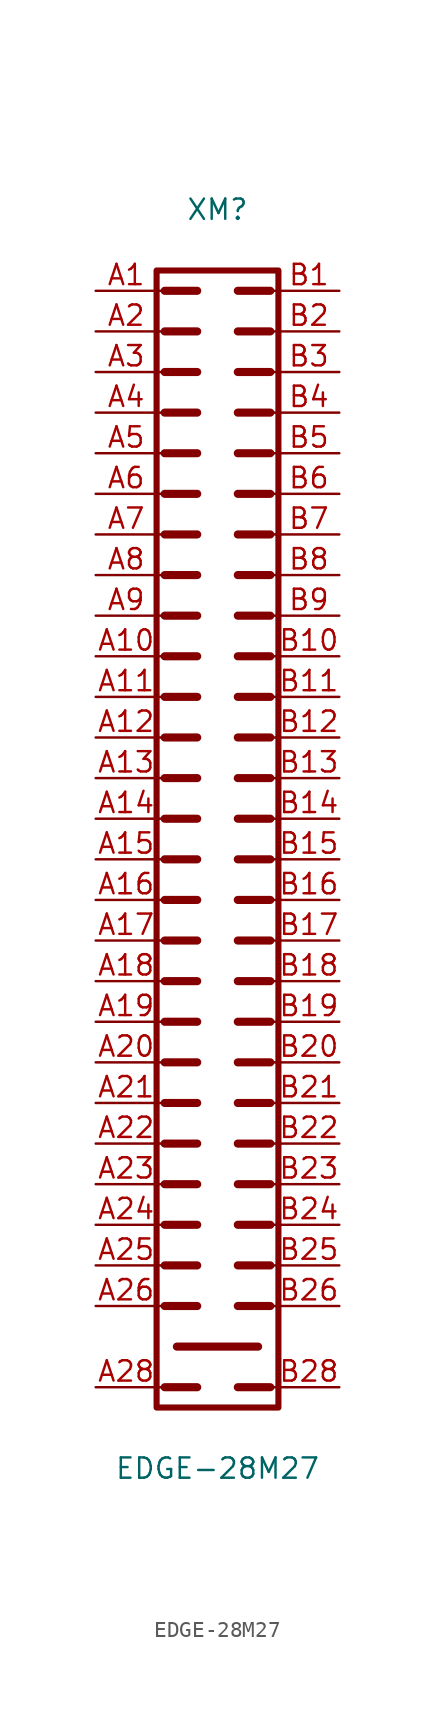
<source format=kicad_sym>
(kicad_symbol_lib
  (version 20231120)
  (generator "kicad_symbol_editor")
  (generator_version "8.0")
  (symbol "EDGE-28M27"
    (pin_names
      (offset 1.016))
    (property "Reference" "XM"
      (at 0 39.37 0)
      (effects (font (size 1.27 1.27))))
    (property "Value" "EDGE-28M27"
      (at 0 -39.37 0)
      (effects (font (size 1.27 1.27))))
    (symbol "EDGE-28M27_0_0"
      (polyline (pts (xy -2.54 -31.75) (xy 2.54 -31.75)) (stroke (width 0.508) (type default)) (fill (type none))))
    (symbol "EDGE-28M27_0_1"
      (rectangle (start -3.81 35.56) (end 3.81 -35.56) (stroke (width 0.381) (type default)) (fill (type none)))
      (polyline (pts (xy -3.81 -34.29) (xy -3.302 -34.29)) (stroke (width 0) (type default)) (fill (type none)))
      (polyline (pts (xy -3.81 -29.21) (xy -3.302 -29.21)) (stroke (width 0) (type default)) (fill (type none)))
      (polyline (pts (xy -3.81 -26.67) (xy -3.302 -26.67)) (stroke (width 0) (type default)) (fill (type none)))
      (polyline (pts (xy -3.81 -24.13) (xy -3.302 -24.13)) (stroke (width 0) (type default)) (fill (type none)))
      (polyline (pts (xy -3.81 -21.59) (xy -3.302 -21.59)) (stroke (width 0) (type default)) (fill (type none)))
      (polyline (pts (xy -3.81 -19.05) (xy -3.302 -19.05)) (stroke (width 0) (type default)) (fill (type none)))
      (polyline (pts (xy -3.81 -16.51) (xy -3.302 -16.51)) (stroke (width 0) (type default)) (fill (type none)))
      (polyline (pts (xy -3.81 -13.97) (xy -3.302 -13.97)) (stroke (width 0) (type default)) (fill (type none)))
      (polyline (pts (xy -3.81 -11.43) (xy -3.302 -11.43)) (stroke (width 0) (type default)) (fill (type none)))
      (polyline (pts (xy -3.81 -8.89) (xy -3.302 -8.89)) (stroke (width 0) (type default)) (fill (type none)))
      (polyline (pts (xy -3.81 -6.35) (xy -3.302 -6.35)) (stroke (width 0) (type default)) (fill (type none)))
      (polyline (pts (xy -3.81 -3.81) (xy -3.302 -3.81)) (stroke (width 0) (type default)) (fill (type none)))
      (polyline (pts (xy -3.81 -1.27) (xy -3.302 -1.27)) (stroke (width 0) (type default)) (fill (type none)))
      (polyline (pts (xy -3.81 1.27) (xy -3.302 1.27)) (stroke (width 0) (type default)) (fill (type none)))
      (polyline (pts (xy -3.81 3.81) (xy -3.302 3.81)) (stroke (width 0) (type default)) (fill (type none)))
      (polyline (pts (xy -3.81 6.35) (xy -3.302 6.35)) (stroke (width 0) (type default)) (fill (type none)))
      (polyline (pts (xy -3.81 8.89) (xy -3.302 8.89)) (stroke (width 0) (type default)) (fill (type none)))
      (polyline (pts (xy -3.81 11.43) (xy -3.302 11.43)) (stroke (width 0) (type default)) (fill (type none)))
      (polyline (pts (xy -3.81 13.97) (xy -3.302 13.97)) (stroke (width 0) (type default)) (fill (type none)))
      (polyline (pts (xy -3.81 16.51) (xy -3.302 16.51)) (stroke (width 0) (type default)) (fill (type none)))
      (polyline (pts (xy -3.81 19.05) (xy -3.302 19.05)) (stroke (width 0) (type default)) (fill (type none)))
      (polyline (pts (xy -3.81 21.59) (xy -3.302 21.59)) (stroke (width 0) (type default)) (fill (type none)))
      (polyline (pts (xy -3.81 24.13) (xy -3.302 24.13)) (stroke (width 0) (type default)) (fill (type none)))
      (polyline (pts (xy -3.81 26.67) (xy -3.302 26.67)) (stroke (width 0) (type default)) (fill (type none)))
      (polyline (pts (xy -3.81 29.21) (xy -3.302 29.21)) (stroke (width 0) (type default)) (fill (type none)))
      (polyline (pts (xy -3.81 31.75) (xy -3.302 31.75)) (stroke (width 0) (type default)) (fill (type none)))
      (polyline (pts (xy -3.81 34.29) (xy -3.302 34.29)) (stroke (width 0) (type default)) (fill (type none)))
      (polyline (pts (xy -3.302 -34.29) (xy -1.27 -34.29)) (stroke (width 0.508) (type default)) (fill (type none)))
      (polyline (pts (xy -3.302 -29.21) (xy -1.27 -29.21)) (stroke (width 0.508) (type default)) (fill (type none)))
      (polyline (pts (xy -3.302 -26.67) (xy -1.27 -26.67)) (stroke (width 0.508) (type default)) (fill (type none)))
      (polyline (pts (xy -3.302 -24.13) (xy -1.27 -24.13)) (stroke (width 0.508) (type default)) (fill (type none)))
      (polyline (pts (xy -3.302 -21.59) (xy -1.27 -21.59)) (stroke (width 0.508) (type default)) (fill (type none)))
      (polyline (pts (xy -3.302 -19.05) (xy -1.27 -19.05)) (stroke (width 0.508) (type default)) (fill (type none)))
      (polyline (pts (xy -3.302 -16.51) (xy -1.27 -16.51)) (stroke (width 0.508) (type default)) (fill (type none)))
      (polyline (pts (xy -3.302 -13.97) (xy -1.27 -13.97)) (stroke (width 0.508) (type default)) (fill (type none)))
      (polyline (pts (xy -3.302 -11.43) (xy -1.27 -11.43)) (stroke (width 0.508) (type default)) (fill (type none)))
      (polyline (pts (xy -3.302 -8.89) (xy -1.27 -8.89)) (stroke (width 0.508) (type default)) (fill (type none)))
      (polyline (pts (xy -3.302 -6.35) (xy -1.27 -6.35)) (stroke (width 0.508) (type default)) (fill (type none)))
      (polyline (pts (xy -3.302 -3.81) (xy -1.27 -3.81)) (stroke (width 0.508) (type default)) (fill (type none)))
      (polyline (pts (xy -3.302 -1.27) (xy -1.27 -1.27)) (stroke (width 0.508) (type default)) (fill (type none)))
      (polyline (pts (xy -3.302 1.27) (xy -1.27 1.27)) (stroke (width 0.508) (type default)) (fill (type none)))
      (polyline (pts (xy -3.302 3.81) (xy -1.27 3.81)) (stroke (width 0.508) (type default)) (fill (type none)))
      (polyline (pts (xy -3.302 6.35) (xy -1.27 6.35)) (stroke (width 0.508) (type default)) (fill (type none)))
      (polyline (pts (xy -3.302 8.89) (xy -1.27 8.89)) (stroke (width 0.508) (type default)) (fill (type none)))
      (polyline (pts (xy -3.302 11.43) (xy -1.27 11.43)) (stroke (width 0.508) (type default)) (fill (type none)))
      (polyline (pts (xy -3.302 13.97) (xy -1.27 13.97)) (stroke (width 0.508) (type default)) (fill (type none)))
      (polyline (pts (xy -3.302 16.51) (xy -1.27 16.51)) (stroke (width 0.508) (type default)) (fill (type none)))
      (polyline (pts (xy -3.302 19.05) (xy -1.27 19.05)) (stroke (width 0.508) (type default)) (fill (type none)))
      (polyline (pts (xy -3.302 21.59) (xy -1.27 21.59)) (stroke (width 0.508) (type default)) (fill (type none)))
      (polyline (pts (xy -3.302 24.13) (xy -1.27 24.13)) (stroke (width 0.508) (type default)) (fill (type none)))
      (polyline (pts (xy -3.302 26.67) (xy -1.27 26.67)) (stroke (width 0.508) (type default)) (fill (type none)))
      (polyline (pts (xy -3.302 29.21) (xy -1.27 29.21)) (stroke (width 0.508) (type default)) (fill (type none)))
      (polyline (pts (xy -3.302 31.75) (xy -1.27 31.75)) (stroke (width 0.508) (type default)) (fill (type none)))
      (polyline (pts (xy -3.302 34.29) (xy -1.27 34.29)) (stroke (width 0.508) (type default)) (fill (type none)))
      (polyline (pts (xy 3.302 -34.29) (xy 1.27 -34.29)) (stroke (width 0.508) (type default)) (fill (type none)))
      (polyline (pts (xy 3.302 -29.21) (xy 1.27 -29.21)) (stroke (width 0.508) (type default)) (fill (type none)))
      (polyline (pts (xy 3.302 -26.67) (xy 1.27 -26.67)) (stroke (width 0.508) (type default)) (fill (type none)))
      (polyline (pts (xy 3.302 -24.13) (xy 1.27 -24.13)) (stroke (width 0.508) (type default)) (fill (type none)))
      (polyline (pts (xy 3.302 -21.59) (xy 1.27 -21.59)) (stroke (width 0.508) (type default)) (fill (type none)))
      (polyline (pts (xy 3.302 -19.05) (xy 1.27 -19.05)) (stroke (width 0.508) (type default)) (fill (type none)))
      (polyline (pts (xy 3.302 -16.51) (xy 1.27 -16.51)) (stroke (width 0.508) (type default)) (fill (type none)))
      (polyline (pts (xy 3.302 -13.97) (xy 1.27 -13.97)) (stroke (width 0.508) (type default)) (fill (type none)))
      (polyline (pts (xy 3.302 -11.43) (xy 1.27 -11.43)) (stroke (width 0.508) (type default)) (fill (type none)))
      (polyline (pts (xy 3.302 -8.89) (xy 1.27 -8.89)) (stroke (width 0.508) (type default)) (fill (type none)))
      (polyline (pts (xy 3.302 -6.35) (xy 1.27 -6.35)) (stroke (width 0.508) (type default)) (fill (type none)))
      (polyline (pts (xy 3.302 -3.81) (xy 1.27 -3.81)) (stroke (width 0.508) (type default)) (fill (type none)))
      (polyline (pts (xy 3.302 -1.27) (xy 1.27 -1.27)) (stroke (width 0.508) (type default)) (fill (type none)))
      (polyline (pts (xy 3.302 1.27) (xy 1.27 1.27)) (stroke (width 0.508) (type default)) (fill (type none)))
      (polyline (pts (xy 3.302 3.81) (xy 1.27 3.81)) (stroke (width 0.508) (type default)) (fill (type none)))
      (polyline (pts (xy 3.302 6.35) (xy 1.27 6.35)) (stroke (width 0.508) (type default)) (fill (type none)))
      (polyline (pts (xy 3.302 8.89) (xy 1.27 8.89)) (stroke (width 0.508) (type default)) (fill (type none)))
      (polyline (pts (xy 3.302 11.43) (xy 1.27 11.43)) (stroke (width 0.508) (type default)) (fill (type none)))
      (polyline (pts (xy 3.302 13.97) (xy 1.27 13.97)) (stroke (width 0.508) (type default)) (fill (type none)))
      (polyline (pts (xy 3.302 16.51) (xy 1.27 16.51)) (stroke (width 0.508) (type default)) (fill (type none)))
      (polyline (pts (xy 3.302 19.05) (xy 1.27 19.05)) (stroke (width 0.508) (type default)) (fill (type none)))
      (polyline (pts (xy 3.302 21.59) (xy 1.27 21.59)) (stroke (width 0.508) (type default)) (fill (type none)))
      (polyline (pts (xy 3.302 24.13) (xy 1.27 24.13)) (stroke (width 0.508) (type default)) (fill (type none)))
      (polyline (pts (xy 3.302 26.67) (xy 1.27 26.67)) (stroke (width 0.508) (type default)) (fill (type none)))
      (polyline (pts (xy 3.302 29.21) (xy 1.27 29.21)) (stroke (width 0.508) (type default)) (fill (type none)))
      (polyline (pts (xy 3.302 31.75) (xy 1.27 31.75)) (stroke (width 0.508) (type default)) (fill (type none)))
      (polyline (pts (xy 3.302 34.29) (xy 1.27 34.29)) (stroke (width 0.508) (type default)) (fill (type none)))
      (polyline (pts (xy 3.81 -34.29) (xy 3.302 -34.29)) (stroke (width 0) (type default)) (fill (type none)))
      (polyline (pts (xy 3.81 -29.21) (xy 3.302 -29.21)) (stroke (width 0) (type default)) (fill (type none)))
      (polyline (pts (xy 3.81 -26.67) (xy 3.302 -26.67)) (stroke (width 0) (type default)) (fill (type none)))
      (polyline (pts (xy 3.81 -24.13) (xy 3.302 -24.13)) (stroke (width 0) (type default)) (fill (type none)))
      (polyline (pts (xy 3.81 -21.59) (xy 3.302 -21.59)) (stroke (width 0) (type default)) (fill (type none)))
      (polyline (pts (xy 3.81 -19.05) (xy 3.302 -19.05)) (stroke (width 0) (type default)) (fill (type none)))
      (polyline (pts (xy 3.81 -16.51) (xy 3.302 -16.51)) (stroke (width 0) (type default)) (fill (type none)))
      (polyline (pts (xy 3.81 -13.97) (xy 3.302 -13.97)) (stroke (width 0) (type default)) (fill (type none)))
      (polyline (pts (xy 3.81 -11.43) (xy 3.302 -11.43)) (stroke (width 0) (type default)) (fill (type none)))
      (polyline (pts (xy 3.81 -8.89) (xy 3.302 -8.89)) (stroke (width 0) (type default)) (fill (type none)))
      (polyline (pts (xy 3.81 -6.35) (xy 3.302 -6.35)) (stroke (width 0) (type default)) (fill (type none)))
      (polyline (pts (xy 3.81 -3.81) (xy 3.302 -3.81)) (stroke (width 0) (type default)) (fill (type none)))
      (polyline (pts (xy 3.81 -1.27) (xy 3.302 -1.27)) (stroke (width 0) (type default)) (fill (type none)))
      (polyline (pts (xy 3.81 1.27) (xy 3.302 1.27)) (stroke (width 0) (type default)) (fill (type none)))
      (polyline (pts (xy 3.81 3.81) (xy 3.302 3.81)) (stroke (width 0) (type default)) (fill (type none)))
      (polyline (pts (xy 3.81 6.35) (xy 3.302 6.35)) (stroke (width 0) (type default)) (fill (type none)))
      (polyline (pts (xy 3.81 8.89) (xy 3.302 8.89)) (stroke (width 0) (type default)) (fill (type none)))
      (polyline (pts (xy 3.81 11.43) (xy 3.302 11.43)) (stroke (width 0) (type default)) (fill (type none)))
      (polyline (pts (xy 3.81 13.97) (xy 3.302 13.97)) (stroke (width 0) (type default)) (fill (type none)))
      (polyline (pts (xy 3.81 16.51) (xy 3.302 16.51)) (stroke (width 0) (type default)) (fill (type none)))
      (polyline (pts (xy 3.81 19.05) (xy 3.302 19.05)) (stroke (width 0) (type default)) (fill (type none)))
      (polyline (pts (xy 3.81 21.59) (xy 3.302 21.59)) (stroke (width 0) (type default)) (fill (type none)))
      (polyline (pts (xy 3.81 24.13) (xy 3.302 24.13)) (stroke (width 0) (type default)) (fill (type none)))
      (polyline (pts (xy 3.81 26.67) (xy 3.302 26.67)) (stroke (width 0) (type default)) (fill (type none)))
      (polyline (pts (xy 3.81 29.21) (xy 3.302 29.21)) (stroke (width 0) (type default)) (fill (type none)))
      (polyline (pts (xy 3.81 31.75) (xy 3.302 31.75)) (stroke (width 0) (type default)) (fill (type none)))
      (polyline (pts (xy 3.81 34.29) (xy 3.302 34.29)) (stroke (width 0) (type default)) (fill (type none))))
    (symbol "EDGE-28M27_1_1"
      (pin passive line (at -7.62 34.29 0) (length 3.81) (name "~" (effects (font (size 1.27 1.27)))) (number "A1" (effects (font (size 1.27 1.27)))))
      (pin passive line (at -7.62 11.43 0) (length 3.81) (name "~" (effects (font (size 1.27 1.27)))) (number "A10" (effects (font (size 1.27 1.27)))))
      (pin passive line (at -7.62 8.89 0) (length 3.81) (name "~" (effects (font (size 1.27 1.27)))) (number "A11" (effects (font (size 1.27 1.27)))))
      (pin passive line (at -7.62 6.35 0) (length 3.81) (name "~" (effects (font (size 1.27 1.27)))) (number "A12" (effects (font (size 1.27 1.27)))))
      (pin passive line (at -7.62 3.81 0) (length 3.81) (name "~" (effects (font (size 1.27 1.27)))) (number "A13" (effects (font (size 1.27 1.27)))))
      (pin passive line (at -7.62 1.27 0) (length 3.81) (name "~" (effects (font (size 1.27 1.27)))) (number "A14" (effects (font (size 1.27 1.27)))))
      (pin passive line (at -7.62 -1.27 0) (length 3.81) (name "~" (effects (font (size 1.27 1.27)))) (number "A15" (effects (font (size 1.27 1.27)))))
      (pin passive line (at -7.62 -3.81 0) (length 3.81) (name "~" (effects (font (size 1.27 1.27)))) (number "A16" (effects (font (size 1.27 1.27)))))
      (pin passive line (at -7.62 -6.35 0) (length 3.81) (name "~" (effects (font (size 1.27 1.27)))) (number "A17" (effects (font (size 1.27 1.27)))))
      (pin passive line (at -7.62 -8.89 0) (length 3.81) (name "~" (effects (font (size 1.27 1.27)))) (number "A18" (effects (font (size 1.27 1.27)))))
      (pin passive line (at -7.62 -11.43 0) (length 3.81) (name "~" (effects (font (size 1.27 1.27)))) (number "A19" (effects (font (size 1.27 1.27)))))
      (pin passive line (at -7.62 31.75 0) (length 3.81) (name "~" (effects (font (size 1.27 1.27)))) (number "A2" (effects (font (size 1.27 1.27)))))
      (pin passive line (at -7.62 -13.97 0) (length 3.81) (name "~" (effects (font (size 1.27 1.27)))) (number "A20" (effects (font (size 1.27 1.27)))))
      (pin passive line (at -7.62 -16.51 0) (length 3.81) (name "~" (effects (font (size 1.27 1.27)))) (number "A21" (effects (font (size 1.27 1.27)))))
      (pin passive line (at -7.62 -19.05 0) (length 3.81) (name "~" (effects (font (size 1.27 1.27)))) (number "A22" (effects (font (size 1.27 1.27)))))
      (pin passive line (at -7.62 -21.59 0) (length 3.81) (name "~" (effects (font (size 1.27 1.27)))) (number "A23" (effects (font (size 1.27 1.27)))))
      (pin passive line (at -7.62 -24.13 0) (length 3.81) (name "~" (effects (font (size 1.27 1.27)))) (number "A24" (effects (font (size 1.27 1.27)))))
      (pin passive line (at -7.62 -26.67 0) (length 3.81) (name "~" (effects (font (size 1.27 1.27)))) (number "A25" (effects (font (size 1.27 1.27)))))
      (pin passive line (at -7.62 -29.21 0) (length 3.81) (name "~" (effects (font (size 1.27 1.27)))) (number "A26" (effects (font (size 1.27 1.27)))))
      (pin passive line (at -7.62 -34.29 0) (length 3.81) (name "~" (effects (font (size 1.27 1.27)))) (number "A28" (effects (font (size 1.27 1.27)))))
      (pin passive line (at -7.62 29.21 0) (length 3.81) (name "~" (effects (font (size 1.27 1.27)))) (number "A3" (effects (font (size 1.27 1.27)))))
      (pin passive line (at -7.62 26.67 0) (length 3.81) (name "~" (effects (font (size 1.27 1.27)))) (number "A4" (effects (font (size 1.27 1.27)))))
      (pin passive line (at -7.62 24.13 0) (length 3.81) (name "~" (effects (font (size 1.27 1.27)))) (number "A5" (effects (font (size 1.27 1.27)))))
      (pin passive line (at -7.62 21.59 0) (length 3.81) (name "~" (effects (font (size 1.27 1.27)))) (number "A6" (effects (font (size 1.27 1.27)))))
      (pin passive line (at -7.62 19.05 0) (length 3.81) (name "~" (effects (font (size 1.27 1.27)))) (number "A7" (effects (font (size 1.27 1.27)))))
      (pin passive line (at -7.62 16.51 0) (length 3.81) (name "~" (effects (font (size 1.27 1.27)))) (number "A8" (effects (font (size 1.27 1.27)))))
      (pin passive line (at -7.62 13.97 0) (length 3.81) (name "~" (effects (font (size 1.27 1.27)))) (number "A9" (effects (font (size 1.27 1.27)))))
      (pin passive line (at 7.62 34.29 180) (length 3.81) (name "~" (effects (font (size 1.27 1.27)))) (number "B1" (effects (font (size 1.27 1.27)))))
      (pin passive line (at 7.62 11.43 180) (length 3.81) (name "~" (effects (font (size 1.27 1.27)))) (number "B10" (effects (font (size 1.27 1.27)))))
      (pin passive line (at 7.62 8.89 180) (length 3.81) (name "~" (effects (font (size 1.27 1.27)))) (number "B11" (effects (font (size 1.27 1.27)))))
      (pin passive line (at 7.62 6.35 180) (length 3.81) (name "~" (effects (font (size 1.27 1.27)))) (number "B12" (effects (font (size 1.27 1.27)))))
      (pin passive line (at 7.62 3.81 180) (length 3.81) (name "~" (effects (font (size 1.27 1.27)))) (number "B13" (effects (font (size 1.27 1.27)))))
      (pin passive line (at 7.62 1.27 180) (length 3.81) (name "~" (effects (font (size 1.27 1.27)))) (number "B14" (effects (font (size 1.27 1.27)))))
      (pin passive line (at 7.62 -1.27 180) (length 3.81) (name "~" (effects (font (size 1.27 1.27)))) (number "B15" (effects (font (size 1.27 1.27)))))
      (pin passive line (at 7.62 -3.81 180) (length 3.81) (name "~" (effects (font (size 1.27 1.27)))) (number "B16" (effects (font (size 1.27 1.27)))))
      (pin passive line (at 7.62 -6.35 180) (length 3.81) (name "~" (effects (font (size 1.27 1.27)))) (number "B17" (effects (font (size 1.27 1.27)))))
      (pin passive line (at 7.62 -8.89 180) (length 3.81) (name "~" (effects (font (size 1.27 1.27)))) (number "B18" (effects (font (size 1.27 1.27)))))
      (pin passive line (at 7.62 -11.43 180) (length 3.81) (name "~" (effects (font (size 1.27 1.27)))) (number "B19" (effects (font (size 1.27 1.27)))))
      (pin passive line (at 7.62 31.75 180) (length 3.81) (name "~" (effects (font (size 1.27 1.27)))) (number "B2" (effects (font (size 1.27 1.27)))))
      (pin passive line (at 7.62 -13.97 180) (length 3.81) (name "~" (effects (font (size 1.27 1.27)))) (number "B20" (effects (font (size 1.27 1.27)))))
      (pin passive line (at 7.62 -16.51 180) (length 3.81) (name "~" (effects (font (size 1.27 1.27)))) (number "B21" (effects (font (size 1.27 1.27)))))
      (pin passive line (at 7.62 -19.05 180) (length 3.81) (name "~" (effects (font (size 1.27 1.27)))) (number "B22" (effects (font (size 1.27 1.27)))))
      (pin passive line (at 7.62 -21.59 180) (length 3.81) (name "~" (effects (font (size 1.27 1.27)))) (number "B23" (effects (font (size 1.27 1.27)))))
      (pin passive line (at 7.62 -24.13 180) (length 3.81) (name "~" (effects (font (size 1.27 1.27)))) (number "B24" (effects (font (size 1.27 1.27)))))
      (pin passive line (at 7.62 -26.67 180) (length 3.81) (name "~" (effects (font (size 1.27 1.27)))) (number "B25" (effects (font (size 1.27 1.27)))))
      (pin passive line (at 7.62 -29.21 180) (length 3.81) (name "~" (effects (font (size 1.27 1.27)))) (number "B26" (effects (font (size 1.27 1.27)))))
      (pin passive line (at 7.62 -34.29 180) (length 3.81) (name "~" (effects (font (size 1.27 1.27)))) (number "B28" (effects (font (size 1.27 1.27)))))
      (pin passive line (at 7.62 29.21 180) (length 3.81) (name "~" (effects (font (size 1.27 1.27)))) (number "B3" (effects (font (size 1.27 1.27)))))
      (pin passive line (at 7.62 26.67 180) (length 3.81) (name "~" (effects (font (size 1.27 1.27)))) (number "B4" (effects (font (size 1.27 1.27)))))
      (pin passive line (at 7.62 24.13 180) (length 3.81) (name "~" (effects (font (size 1.27 1.27)))) (number "B5" (effects (font (size 1.27 1.27)))))
      (pin passive line (at 7.62 21.59 180) (length 3.81) (name "~" (effects (font (size 1.27 1.27)))) (number "B6" (effects (font (size 1.27 1.27)))))
      (pin passive line (at 7.62 19.05 180) (length 3.81) (name "~" (effects (font (size 1.27 1.27)))) (number "B7" (effects (font (size 1.27 1.27)))))
      (pin passive line (at 7.62 16.51 180) (length 3.81) (name "~" (effects (font (size 1.27 1.27)))) (number "B8" (effects (font (size 1.27 1.27)))))
      (pin passive line (at 7.62 13.97 180) (length 3.81) (name "~" (effects (font (size 1.27 1.27)))) (number "B9" (effects (font (size 1.27 1.27))))))))
</source>
